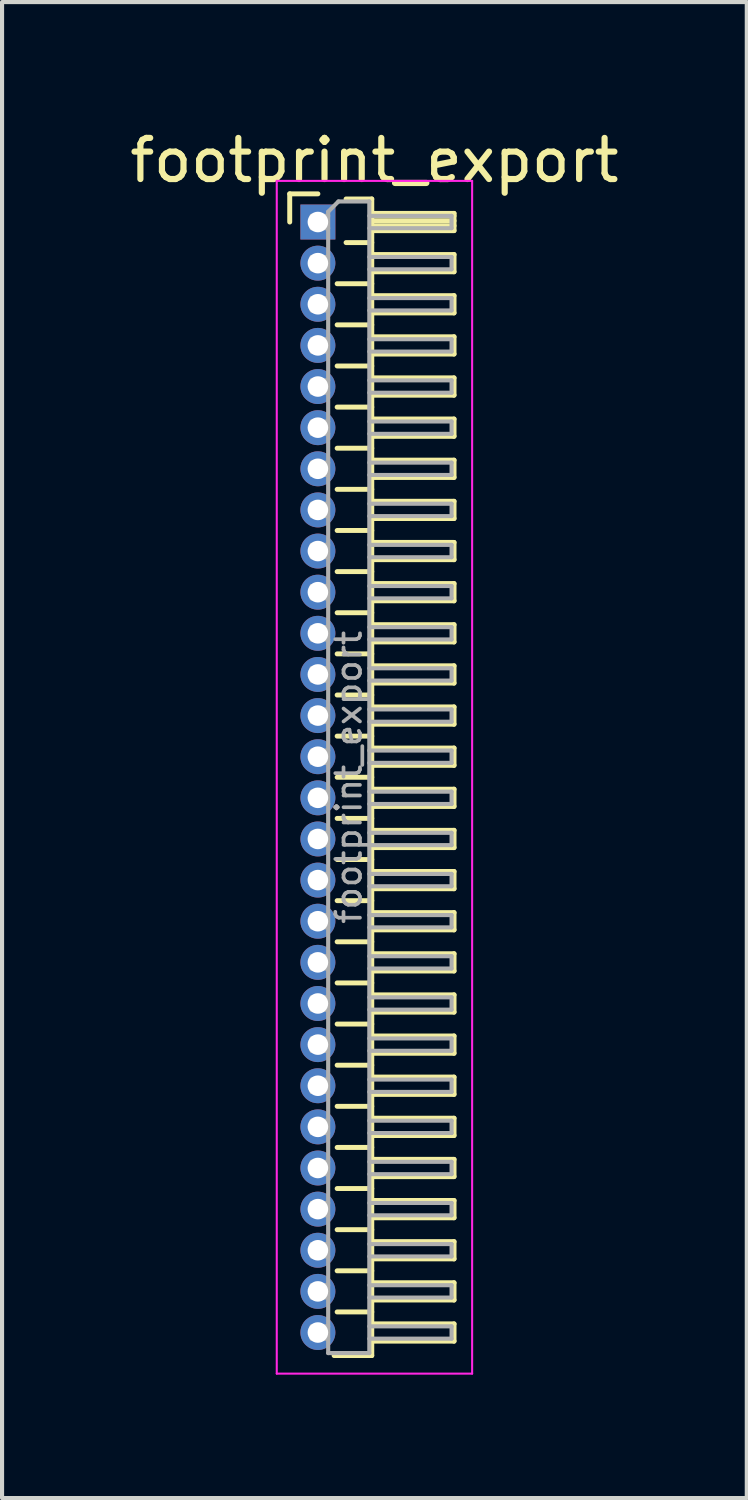
<source format=kicad_pcb>
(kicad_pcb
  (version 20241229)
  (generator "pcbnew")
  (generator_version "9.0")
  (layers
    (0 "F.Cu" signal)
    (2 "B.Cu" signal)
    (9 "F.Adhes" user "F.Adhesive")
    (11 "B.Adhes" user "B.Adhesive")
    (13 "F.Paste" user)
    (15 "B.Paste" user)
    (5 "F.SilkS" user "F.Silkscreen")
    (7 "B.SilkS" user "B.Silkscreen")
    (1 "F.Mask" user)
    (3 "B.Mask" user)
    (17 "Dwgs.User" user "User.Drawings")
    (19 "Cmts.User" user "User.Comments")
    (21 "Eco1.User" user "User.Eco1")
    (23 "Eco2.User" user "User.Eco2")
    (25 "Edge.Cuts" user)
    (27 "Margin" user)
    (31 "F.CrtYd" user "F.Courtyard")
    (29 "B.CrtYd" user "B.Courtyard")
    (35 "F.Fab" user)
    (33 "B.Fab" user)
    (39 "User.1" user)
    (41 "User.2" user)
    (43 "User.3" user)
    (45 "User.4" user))
  (footprint "footprint_export"
    (layer "F.Cu")
    (at 4.679 2.348)
    (property "Reference" "footprint_export" (at 1.375 -1.5 0) (layer "F.SilkS") (effects (font (size 1 1) (thickness 0.15))))
    (attr through_hole)
    (fp_line (start -0.685 -0.685) (end 0 -0.685) (stroke (width 0.12) (type solid)) (layer "F.SilkS"))
    (fp_line (start -0.685 0) (end -0.685 -0.685) (stroke (width 0.12) (type solid)) (layer "F.SilkS"))
    (fp_line (start 0.468 1.5) (end 1.31 1.5) (stroke (width 0.12) (type solid)) (layer "F.SilkS"))
    (fp_line (start 0.468 2.5) (end 1.31 2.5) (stroke (width 0.12) (type solid)) (layer "F.SilkS"))
    (fp_line (start 0.468 3.5) (end 1.31 3.5) (stroke (width 0.12) (type solid)) (layer "F.SilkS"))
    (fp_line (start 0.468 4.5) (end 1.31 4.5) (stroke (width 0.12) (type solid)) (layer "F.SilkS"))
    (fp_line (start 0.468 5.5) (end 1.31 5.5) (stroke (width 0.12) (type solid)) (layer "F.SilkS"))
    (fp_line (start 0.468 6.5) (end 1.31 6.5) (stroke (width 0.12) (type solid)) (layer "F.SilkS"))
    (fp_line (start 0.468 7.5) (end 1.31 7.5) (stroke (width 0.12) (type solid)) (layer "F.SilkS"))
    (fp_line (start 0.468 8.5) (end 1.31 8.5) (stroke (width 0.12) (type solid)) (layer "F.SilkS"))
    (fp_line (start 0.468 9.5) (end 1.31 9.5) (stroke (width 0.12) (type solid)) (layer "F.SilkS"))
    (fp_line (start 0.468 10.5) (end 1.31 10.5) (stroke (width 0.12) (type solid)) (layer "F.SilkS"))
    (fp_line (start 0.468 11.5) (end 1.31 11.5) (stroke (width 0.12) (type solid)) (layer "F.SilkS"))
    (fp_line (start 0.468 12.5) (end 1.31 12.5) (stroke (width 0.12) (type solid)) (layer "F.SilkS"))
    (fp_line (start 0.468 13.5) (end 1.31 13.5) (stroke (width 0.12) (type solid)) (layer "F.SilkS"))
    (fp_line (start 0.468 14.5) (end 1.31 14.5) (stroke (width 0.12) (type solid)) (layer "F.SilkS"))
    (fp_line (start 0.468 15.5) (end 1.31 15.5) (stroke (width 0.12) (type solid)) (layer "F.SilkS"))
    (fp_line (start 0.468 16.5) (end 1.31 16.5) (stroke (width 0.12) (type solid)) (layer "F.SilkS"))
    (fp_line (start 0.468 17.5) (end 1.31 17.5) (stroke (width 0.12) (type solid)) (layer "F.SilkS"))
    (fp_line (start 0.468 18.5) (end 1.31 18.5) (stroke (width 0.12) (type solid)) (layer "F.SilkS"))
    (fp_line (start 0.468 19.5) (end 1.31 19.5) (stroke (width 0.12) (type solid)) (layer "F.SilkS"))
    (fp_line (start 0.468 20.5) (end 1.31 20.5) (stroke (width 0.12) (type solid)) (layer "F.SilkS"))
    (fp_line (start 0.468 21.5) (end 1.31 21.5) (stroke (width 0.12) (type solid)) (layer "F.SilkS"))
    (fp_line (start 0.468 22.5) (end 1.31 22.5) (stroke (width 0.12) (type solid)) (layer "F.SilkS"))
    (fp_line (start 0.468 23.5) (end 1.31 23.5) (stroke (width 0.12) (type solid)) (layer "F.SilkS"))
    (fp_line (start 0.468 24.5) (end 1.31 24.5) (stroke (width 0.12) (type solid)) (layer "F.SilkS"))
    (fp_line (start 0.468 25.5) (end 1.31 25.5) (stroke (width 0.12) (type solid)) (layer "F.SilkS"))
    (fp_line (start 0.468 26.5) (end 1.31 26.5) (stroke (width 0.12) (type solid)) (layer "F.SilkS"))
    (fp_line (start 0.685 -0.56) (end 1.31 -0.56) (stroke (width 0.12) (type solid)) (layer "F.SilkS"))
    (fp_line (start 0.685 0.5) (end 1.31 0.5) (stroke (width 0.12) (type solid)) (layer "F.SilkS"))
    (fp_line (start 1.31 -0.56) (end 1.31 27.56) (stroke (width 0.12) (type solid)) (layer "F.SilkS"))
    (fp_line (start 1.31 -0.21) (end 3.31 -0.21) (stroke (width 0.12) (type solid)) (layer "F.SilkS"))
    (fp_line (start 1.31 -0.15) (end 3.31 -0.15) (stroke (width 0.12) (type solid)) (layer "F.SilkS"))
    (fp_line (start 1.31 -0.03) (end 3.31 -0.03) (stroke (width 0.12) (type solid)) (layer "F.SilkS"))
    (fp_line (start 1.31 0.09) (end 3.31 0.09) (stroke (width 0.12) (type solid)) (layer "F.SilkS"))
    (fp_line (start 1.31 0.79) (end 3.31 0.79) (stroke (width 0.12) (type solid)) (layer "F.SilkS"))
    (fp_line (start 1.31 1.79) (end 3.31 1.79) (stroke (width 0.12) (type solid)) (layer "F.SilkS"))
    (fp_line (start 1.31 2.79) (end 3.31 2.79) (stroke (width 0.12) (type solid)) (layer "F.SilkS"))
    (fp_line (start 1.31 3.79) (end 3.31 3.79) (stroke (width 0.12) (type solid)) (layer "F.SilkS"))
    (fp_line (start 1.31 4.79) (end 3.31 4.79) (stroke (width 0.12) (type solid)) (layer "F.SilkS"))
    (fp_line (start 1.31 5.79) (end 3.31 5.79) (stroke (width 0.12) (type solid)) (layer "F.SilkS"))
    (fp_line (start 1.31 6.79) (end 3.31 6.79) (stroke (width 0.12) (type solid)) (layer "F.SilkS"))
    (fp_line (start 1.31 7.79) (end 3.31 7.79) (stroke (width 0.12) (type solid)) (layer "F.SilkS"))
    (fp_line (start 1.31 8.79) (end 3.31 8.79) (stroke (width 0.12) (type solid)) (layer "F.SilkS"))
    (fp_line (start 1.31 9.79) (end 3.31 9.79) (stroke (width 0.12) (type solid)) (layer "F.SilkS"))
    (fp_line (start 1.31 10.79) (end 3.31 10.79) (stroke (width 0.12) (type solid)) (layer "F.SilkS"))
    (fp_line (start 1.31 11.79) (end 3.31 11.79) (stroke (width 0.12) (type solid)) (layer "F.SilkS"))
    (fp_line (start 1.31 12.79) (end 3.31 12.79) (stroke (width 0.12) (type solid)) (layer "F.SilkS"))
    (fp_line (start 1.31 13.79) (end 3.31 13.79) (stroke (width 0.12) (type solid)) (layer "F.SilkS"))
    (fp_line (start 1.31 14.79) (end 3.31 14.79) (stroke (width 0.12) (type solid)) (layer "F.SilkS"))
    (fp_line (start 1.31 15.79) (end 3.31 15.79) (stroke (width 0.12) (type solid)) (layer "F.SilkS"))
    (fp_line (start 1.31 16.79) (end 3.31 16.79) (stroke (width 0.12) (type solid)) (layer "F.SilkS"))
    (fp_line (start 1.31 17.79) (end 3.31 17.79) (stroke (width 0.12) (type solid)) (layer "F.SilkS"))
    (fp_line (start 1.31 18.79) (end 3.31 18.79) (stroke (width 0.12) (type solid)) (layer "F.SilkS"))
    (fp_line (start 1.31 19.79) (end 3.31 19.79) (stroke (width 0.12) (type solid)) (layer "F.SilkS"))
    (fp_line (start 1.31 20.79) (end 3.31 20.79) (stroke (width 0.12) (type solid)) (layer "F.SilkS"))
    (fp_line (start 1.31 21.79) (end 3.31 21.79) (stroke (width 0.12) (type solid)) (layer "F.SilkS"))
    (fp_line (start 1.31 22.79) (end 3.31 22.79) (stroke (width 0.12) (type solid)) (layer "F.SilkS"))
    (fp_line (start 1.31 23.79) (end 3.31 23.79) (stroke (width 0.12) (type solid)) (layer "F.SilkS"))
    (fp_line (start 1.31 24.79) (end 3.31 24.79) (stroke (width 0.12) (type solid)) (layer "F.SilkS"))
    (fp_line (start 1.31 25.79) (end 3.31 25.79) (stroke (width 0.12) (type solid)) (layer "F.SilkS"))
    (fp_line (start 1.31 26.79) (end 3.31 26.79) (stroke (width 0.12) (type solid)) (layer "F.SilkS"))
    (fp_line (start 1.31 27.56) (end 0.394 27.56) (stroke (width 0.12) (type solid)) (layer "F.SilkS"))
    (fp_line (start 3.31 -0.21) (end 3.31 0.21) (stroke (width 0.12) (type solid)) (layer "F.SilkS"))
    (fp_line (start 3.31 0.21) (end 1.31 0.21) (stroke (width 0.12) (type solid)) (layer "F.SilkS"))
    (fp_line (start 3.31 0.79) (end 3.31 1.21) (stroke (width 0.12) (type solid)) (layer "F.SilkS"))
    (fp_line (start 3.31 1.21) (end 1.31 1.21) (stroke (width 0.12) (type solid)) (layer "F.SilkS"))
    (fp_line (start 3.31 1.79) (end 3.31 2.21) (stroke (width 0.12) (type solid)) (layer "F.SilkS"))
    (fp_line (start 3.31 2.21) (end 1.31 2.21) (stroke (width 0.12) (type solid)) (layer "F.SilkS"))
    (fp_line (start 3.31 2.79) (end 3.31 3.21) (stroke (width 0.12) (type solid)) (layer "F.SilkS"))
    (fp_line (start 3.31 3.21) (end 1.31 3.21) (stroke (width 0.12) (type solid)) (layer "F.SilkS"))
    (fp_line (start 3.31 3.79) (end 3.31 4.21) (stroke (width 0.12) (type solid)) (layer "F.SilkS"))
    (fp_line (start 3.31 4.21) (end 1.31 4.21) (stroke (width 0.12) (type solid)) (layer "F.SilkS"))
    (fp_line (start 3.31 4.79) (end 3.31 5.21) (stroke (width 0.12) (type solid)) (layer "F.SilkS"))
    (fp_line (start 3.31 5.21) (end 1.31 5.21) (stroke (width 0.12) (type solid)) (layer "F.SilkS"))
    (fp_line (start 3.31 5.79) (end 3.31 6.21) (stroke (width 0.12) (type solid)) (layer "F.SilkS"))
    (fp_line (start 3.31 6.21) (end 1.31 6.21) (stroke (width 0.12) (type solid)) (layer "F.SilkS"))
    (fp_line (start 3.31 6.79) (end 3.31 7.21) (stroke (width 0.12) (type solid)) (layer "F.SilkS"))
    (fp_line (start 3.31 7.21) (end 1.31 7.21) (stroke (width 0.12) (type solid)) (layer "F.SilkS"))
    (fp_line (start 3.31 7.79) (end 3.31 8.21) (stroke (width 0.12) (type solid)) (layer "F.SilkS"))
    (fp_line (start 3.31 8.21) (end 1.31 8.21) (stroke (width 0.12) (type solid)) (layer "F.SilkS"))
    (fp_line (start 3.31 8.79) (end 3.31 9.21) (stroke (width 0.12) (type solid)) (layer "F.SilkS"))
    (fp_line (start 3.31 9.21) (end 1.31 9.21) (stroke (width 0.12) (type solid)) (layer "F.SilkS"))
    (fp_line (start 3.31 9.79) (end 3.31 10.21) (stroke (width 0.12) (type solid)) (layer "F.SilkS"))
    (fp_line (start 3.31 10.21) (end 1.31 10.21) (stroke (width 0.12) (type solid)) (layer "F.SilkS"))
    (fp_line (start 3.31 10.79) (end 3.31 11.21) (stroke (width 0.12) (type solid)) (layer "F.SilkS"))
    (fp_line (start 3.31 11.21) (end 1.31 11.21) (stroke (width 0.12) (type solid)) (layer "F.SilkS"))
    (fp_line (start 3.31 11.79) (end 3.31 12.21) (stroke (width 0.12) (type solid)) (layer "F.SilkS"))
    (fp_line (start 3.31 12.21) (end 1.31 12.21) (stroke (width 0.12) (type solid)) (layer "F.SilkS"))
    (fp_line (start 3.31 12.79) (end 3.31 13.21) (stroke (width 0.12) (type solid)) (layer "F.SilkS"))
    (fp_line (start 3.31 13.21) (end 1.31 13.21) (stroke (width 0.12) (type solid)) (layer "F.SilkS"))
    (fp_line (start 3.31 13.79) (end 3.31 14.21) (stroke (width 0.12) (type solid)) (layer "F.SilkS"))
    (fp_line (start 3.31 14.21) (end 1.31 14.21) (stroke (width 0.12) (type solid)) (layer "F.SilkS"))
    (fp_line (start 3.31 14.79) (end 3.31 15.21) (stroke (width 0.12) (type solid)) (layer "F.SilkS"))
    (fp_line (start 3.31 15.21) (end 1.31 15.21) (stroke (width 0.12) (type solid)) (layer "F.SilkS"))
    (fp_line (start 3.31 15.79) (end 3.31 16.21) (stroke (width 0.12) (type solid)) (layer "F.SilkS"))
    (fp_line (start 3.31 16.21) (end 1.31 16.21) (stroke (width 0.12) (type solid)) (layer "F.SilkS"))
    (fp_line (start 3.31 16.79) (end 3.31 17.21) (stroke (width 0.12) (type solid)) (layer "F.SilkS"))
    (fp_line (start 3.31 17.21) (end 1.31 17.21) (stroke (width 0.12) (type solid)) (layer "F.SilkS"))
    (fp_line (start 3.31 17.79) (end 3.31 18.21) (stroke (width 0.12) (type solid)) (layer "F.SilkS"))
    (fp_line (start 3.31 18.21) (end 1.31 18.21) (stroke (width 0.12) (type solid)) (layer "F.SilkS"))
    (fp_line (start 3.31 18.79) (end 3.31 19.21) (stroke (width 0.12) (type solid)) (layer "F.SilkS"))
    (fp_line (start 3.31 19.21) (end 1.31 19.21) (stroke (width 0.12) (type solid)) (layer "F.SilkS"))
    (fp_line (start 3.31 19.79) (end 3.31 20.21) (stroke (width 0.12) (type solid)) (layer "F.SilkS"))
    (fp_line (start 3.31 20.21) (end 1.31 20.21) (stroke (width 0.12) (type solid)) (layer "F.SilkS"))
    (fp_line (start 3.31 20.79) (end 3.31 21.21) (stroke (width 0.12) (type solid)) (layer "F.SilkS"))
    (fp_line (start 3.31 21.21) (end 1.31 21.21) (stroke (width 0.12) (type solid)) (layer "F.SilkS"))
    (fp_line (start 3.31 21.79) (end 3.31 22.21) (stroke (width 0.12) (type solid)) (layer "F.SilkS"))
    (fp_line (start 3.31 22.21) (end 1.31 22.21) (stroke (width 0.12) (type solid)) (layer "F.SilkS"))
    (fp_line (start 3.31 22.79) (end 3.31 23.21) (stroke (width 0.12) (type solid)) (layer "F.SilkS"))
    (fp_line (start 3.31 23.21) (end 1.31 23.21) (stroke (width 0.12) (type solid)) (layer "F.SilkS"))
    (fp_line (start 3.31 23.79) (end 3.31 24.21) (stroke (width 0.12) (type solid)) (layer "F.SilkS"))
    (fp_line (start 3.31 24.21) (end 1.31 24.21) (stroke (width 0.12) (type solid)) (layer "F.SilkS"))
    (fp_line (start 3.31 24.79) (end 3.31 25.21) (stroke (width 0.12) (type solid)) (layer "F.SilkS"))
    (fp_line (start 3.31 25.21) (end 1.31 25.21) (stroke (width 0.12) (type solid)) (layer "F.SilkS"))
    (fp_line (start 3.31 25.79) (end 3.31 26.21) (stroke (width 0.12) (type solid)) (layer "F.SilkS"))
    (fp_line (start 3.31 26.21) (end 1.31 26.21) (stroke (width 0.12) (type solid)) (layer "F.SilkS"))
    (fp_line (start 3.31 26.79) (end 3.31 27.21) (stroke (width 0.12) (type solid)) (layer "F.SilkS"))
    (fp_line (start 3.31 27.21) (end 1.31 27.21) (stroke (width 0.12) (type solid)) (layer "F.SilkS"))
    (fp_line (start -1 -1) (end -1 28) (stroke (width 0.05) (type solid)) (layer "F.CrtYd"))
    (fp_line (start -1 28) (end 3.75 28) (stroke (width 0.05) (type solid)) (layer "F.CrtYd"))
    (fp_line (start 3.75 -1) (end -1 -1) (stroke (width 0.05) (type solid)) (layer "F.CrtYd"))
    (fp_line (start 3.75 28) (end 3.75 -1) (stroke (width 0.05) (type solid)) (layer "F.CrtYd"))
    (fp_line (start -0.15 -0.15) (end -0.15 0.15) (stroke (width 0.1) (type solid)) (layer "F.Fab"))
    (fp_line (start -0.15 -0.15) (end 0.25 -0.15) (stroke (width 0.1) (type solid)) (layer "F.Fab"))
    (fp_line (start -0.15 0.15) (end 0.25 0.15) (stroke (width 0.1) (type solid)) (layer "F.Fab"))
    (fp_line (start -0.15 0.85) (end -0.15 1.15) (stroke (width 0.1) (type solid)) (layer "F.Fab"))
    (fp_line (start -0.15 0.85) (end 0.25 0.85) (stroke (width 0.1) (type solid)) (layer "F.Fab"))
    (fp_line (start -0.15 1.15) (end 0.25 1.15) (stroke (width 0.1) (type solid)) (layer "F.Fab"))
    (fp_line (start -0.15 1.85) (end -0.15 2.15) (stroke (width 0.1) (type solid)) (layer "F.Fab"))
    (fp_line (start -0.15 1.85) (end 0.25 1.85) (stroke (width 0.1) (type solid)) (layer "F.Fab"))
    (fp_line (start -0.15 2.15) (end 0.25 2.15) (stroke (width 0.1) (type solid)) (layer "F.Fab"))
    (fp_line (start -0.15 2.85) (end -0.15 3.15) (stroke (width 0.1) (type solid)) (layer "F.Fab"))
    (fp_line (start -0.15 2.85) (end 0.25 2.85) (stroke (width 0.1) (type solid)) (layer "F.Fab"))
    (fp_line (start -0.15 3.15) (end 0.25 3.15) (stroke (width 0.1) (type solid)) (layer "F.Fab"))
    (fp_line (start -0.15 3.85) (end -0.15 4.15) (stroke (width 0.1) (type solid)) (layer "F.Fab"))
    (fp_line (start -0.15 3.85) (end 0.25 3.85) (stroke (width 0.1) (type solid)) (layer "F.Fab"))
    (fp_line (start -0.15 4.15) (end 0.25 4.15) (stroke (width 0.1) (type solid)) (layer "F.Fab"))
    (fp_line (start -0.15 4.85) (end -0.15 5.15) (stroke (width 0.1) (type solid)) (layer "F.Fab"))
    (fp_line (start -0.15 4.85) (end 0.25 4.85) (stroke (width 0.1) (type solid)) (layer "F.Fab"))
    (fp_line (start -0.15 5.15) (end 0.25 5.15) (stroke (width 0.1) (type solid)) (layer "F.Fab"))
    (fp_line (start -0.15 5.85) (end -0.15 6.15) (stroke (width 0.1) (type solid)) (layer "F.Fab"))
    (fp_line (start -0.15 5.85) (end 0.25 5.85) (stroke (width 0.1) (type solid)) (layer "F.Fab"))
    (fp_line (start -0.15 6.15) (end 0.25 6.15) (stroke (width 0.1) (type solid)) (layer "F.Fab"))
    (fp_line (start -0.15 6.85) (end -0.15 7.15) (stroke (width 0.1) (type solid)) (layer "F.Fab"))
    (fp_line (start -0.15 6.85) (end 0.25 6.85) (stroke (width 0.1) (type solid)) (layer "F.Fab"))
    (fp_line (start -0.15 7.15) (end 0.25 7.15) (stroke (width 0.1) (type solid)) (layer "F.Fab"))
    (fp_line (start -0.15 7.85) (end -0.15 8.15) (stroke (width 0.1) (type solid)) (layer "F.Fab"))
    (fp_line (start -0.15 7.85) (end 0.25 7.85) (stroke (width 0.1) (type solid)) (layer "F.Fab"))
    (fp_line (start -0.15 8.15) (end 0.25 8.15) (stroke (width 0.1) (type solid)) (layer "F.Fab"))
    (fp_line (start -0.15 8.85) (end -0.15 9.15) (stroke (width 0.1) (type solid)) (layer "F.Fab"))
    (fp_line (start -0.15 8.85) (end 0.25 8.85) (stroke (width 0.1) (type solid)) (layer "F.Fab"))
    (fp_line (start -0.15 9.15) (end 0.25 9.15) (stroke (width 0.1) (type solid)) (layer "F.Fab"))
    (fp_line (start -0.15 9.85) (end -0.15 10.15) (stroke (width 0.1) (type solid)) (layer "F.Fab"))
    (fp_line (start -0.15 9.85) (end 0.25 9.85) (stroke (width 0.1) (type solid)) (layer "F.Fab"))
    (fp_line (start -0.15 10.15) (end 0.25 10.15) (stroke (width 0.1) (type solid)) (layer "F.Fab"))
    (fp_line (start -0.15 10.85) (end -0.15 11.15) (stroke (width 0.1) (type solid)) (layer "F.Fab"))
    (fp_line (start -0.15 10.85) (end 0.25 10.85) (stroke (width 0.1) (type solid)) (layer "F.Fab"))
    (fp_line (start -0.15 11.15) (end 0.25 11.15) (stroke (width 0.1) (type solid)) (layer "F.Fab"))
    (fp_line (start -0.15 11.85) (end -0.15 12.15) (stroke (width 0.1) (type solid)) (layer "F.Fab"))
    (fp_line (start -0.15 11.85) (end 0.25 11.85) (stroke (width 0.1) (type solid)) (layer "F.Fab"))
    (fp_line (start -0.15 12.15) (end 0.25 12.15) (stroke (width 0.1) (type solid)) (layer "F.Fab"))
    (fp_line (start -0.15 12.85) (end -0.15 13.15) (stroke (width 0.1) (type solid)) (layer "F.Fab"))
    (fp_line (start -0.15 12.85) (end 0.25 12.85) (stroke (width 0.1) (type solid)) (layer "F.Fab"))
    (fp_line (start -0.15 13.15) (end 0.25 13.15) (stroke (width 0.1) (type solid)) (layer "F.Fab"))
    (fp_line (start -0.15 13.85) (end -0.15 14.15) (stroke (width 0.1) (type solid)) (layer "F.Fab"))
    (fp_line (start -0.15 13.85) (end 0.25 13.85) (stroke (width 0.1) (type solid)) (layer "F.Fab"))
    (fp_line (start -0.15 14.15) (end 0.25 14.15) (stroke (width 0.1) (type solid)) (layer "F.Fab"))
    (fp_line (start -0.15 14.85) (end -0.15 15.15) (stroke (width 0.1) (type solid)) (layer "F.Fab"))
    (fp_line (start -0.15 14.85) (end 0.25 14.85) (stroke (width 0.1) (type solid)) (layer "F.Fab"))
    (fp_line (start -0.15 15.15) (end 0.25 15.15) (stroke (width 0.1) (type solid)) (layer "F.Fab"))
    (fp_line (start -0.15 15.85) (end -0.15 16.15) (stroke (width 0.1) (type solid)) (layer "F.Fab"))
    (fp_line (start -0.15 15.85) (end 0.25 15.85) (stroke (width 0.1) (type solid)) (layer "F.Fab"))
    (fp_line (start -0.15 16.15) (end 0.25 16.15) (stroke (width 0.1) (type solid)) (layer "F.Fab"))
    (fp_line (start -0.15 16.85) (end -0.15 17.15) (stroke (width 0.1) (type solid)) (layer "F.Fab"))
    (fp_line (start -0.15 16.85) (end 0.25 16.85) (stroke (width 0.1) (type solid)) (layer "F.Fab"))
    (fp_line (start -0.15 17.15) (end 0.25 17.15) (stroke (width 0.1) (type solid)) (layer "F.Fab"))
    (fp_line (start -0.15 17.85) (end -0.15 18.15) (stroke (width 0.1) (type solid)) (layer "F.Fab"))
    (fp_line (start -0.15 17.85) (end 0.25 17.85) (stroke (width 0.1) (type solid)) (layer "F.Fab"))
    (fp_line (start -0.15 18.15) (end 0.25 18.15) (stroke (width 0.1) (type solid)) (layer "F.Fab"))
    (fp_line (start -0.15 18.85) (end -0.15 19.15) (stroke (width 0.1) (type solid)) (layer "F.Fab"))
    (fp_line (start -0.15 18.85) (end 0.25 18.85) (stroke (width 0.1) (type solid)) (layer "F.Fab"))
    (fp_line (start -0.15 19.15) (end 0.25 19.15) (stroke (width 0.1) (type solid)) (layer "F.Fab"))
    (fp_line (start -0.15 19.85) (end -0.15 20.15) (stroke (width 0.1) (type solid)) (layer "F.Fab"))
    (fp_line (start -0.15 19.85) (end 0.25 19.85) (stroke (width 0.1) (type solid)) (layer "F.Fab"))
    (fp_line (start -0.15 20.15) (end 0.25 20.15) (stroke (width 0.1) (type solid)) (layer "F.Fab"))
    (fp_line (start -0.15 20.85) (end -0.15 21.15) (stroke (width 0.1) (type solid)) (layer "F.Fab"))
    (fp_line (start -0.15 20.85) (end 0.25 20.85) (stroke (width 0.1) (type solid)) (layer "F.Fab"))
    (fp_line (start -0.15 21.15) (end 0.25 21.15) (stroke (width 0.1) (type solid)) (layer "F.Fab"))
    (fp_line (start -0.15 21.85) (end -0.15 22.15) (stroke (width 0.1) (type solid)) (layer "F.Fab"))
    (fp_line (start -0.15 21.85) (end 0.25 21.85) (stroke (width 0.1) (type solid)) (layer "F.Fab"))
    (fp_line (start -0.15 22.15) (end 0.25 22.15) (stroke (width 0.1) (type solid)) (layer "F.Fab"))
    (fp_line (start -0.15 22.85) (end -0.15 23.15) (stroke (width 0.1) (type solid)) (layer "F.Fab"))
    (fp_line (start -0.15 22.85) (end 0.25 22.85) (stroke (width 0.1) (type solid)) (layer "F.Fab"))
    (fp_line (start -0.15 23.15) (end 0.25 23.15) (stroke (width 0.1) (type solid)) (layer "F.Fab"))
    (fp_line (start -0.15 23.85) (end -0.15 24.15) (stroke (width 0.1) (type solid)) (layer "F.Fab"))
    (fp_line (start -0.15 23.85) (end 0.25 23.85) (stroke (width 0.1) (type solid)) (layer "F.Fab"))
    (fp_line (start -0.15 24.15) (end 0.25 24.15) (stroke (width 0.1) (type solid)) (layer "F.Fab"))
    (fp_line (start -0.15 24.85) (end -0.15 25.15) (stroke (width 0.1) (type solid)) (layer "F.Fab"))
    (fp_line (start -0.15 24.85) (end 0.25 24.85) (stroke (width 0.1) (type solid)) (layer "F.Fab"))
    (fp_line (start -0.15 25.15) (end 0.25 25.15) (stroke (width 0.1) (type solid)) (layer "F.Fab"))
    (fp_line (start -0.15 25.85) (end -0.15 26.15) (stroke (width 0.1) (type solid)) (layer "F.Fab"))
    (fp_line (start -0.15 25.85) (end 0.25 25.85) (stroke (width 0.1) (type solid)) (layer "F.Fab"))
    (fp_line (start -0.15 26.15) (end 0.25 26.15) (stroke (width 0.1) (type solid)) (layer "F.Fab"))
    (fp_line (start -0.15 26.85) (end -0.15 27.15) (stroke (width 0.1) (type solid)) (layer "F.Fab"))
    (fp_line (start -0.15 26.85) (end 0.25 26.85) (stroke (width 0.1) (type solid)) (layer "F.Fab"))
    (fp_line (start -0.15 27.15) (end 0.25 27.15) (stroke (width 0.1) (type solid)) (layer "F.Fab"))
    (fp_line (start 0.25 -0.25) (end 0.5 -0.5) (stroke (width 0.1) (type solid)) (layer "F.Fab"))
    (fp_line (start 0.25 27.5) (end 0.25 -0.25) (stroke (width 0.1) (type solid)) (layer "F.Fab"))
    (fp_line (start 0.5 -0.5) (end 1.25 -0.5) (stroke (width 0.1) (type solid)) (layer "F.Fab"))
    (fp_line (start 1.25 -0.5) (end 1.25 27.5) (stroke (width 0.1) (type solid)) (layer "F.Fab"))
    (fp_line (start 1.25 -0.15) (end 3.25 -0.15) (stroke (width 0.1) (type solid)) (layer "F.Fab"))
    (fp_line (start 1.25 0.15) (end 3.25 0.15) (stroke (width 0.1) (type solid)) (layer "F.Fab"))
    (fp_line (start 1.25 0.85) (end 3.25 0.85) (stroke (width 0.1) (type solid)) (layer "F.Fab"))
    (fp_line (start 1.25 1.15) (end 3.25 1.15) (stroke (width 0.1) (type solid)) (layer "F.Fab"))
    (fp_line (start 1.25 1.85) (end 3.25 1.85) (stroke (width 0.1) (type solid)) (layer "F.Fab"))
    (fp_line (start 1.25 2.15) (end 3.25 2.15) (stroke (width 0.1) (type solid)) (layer "F.Fab"))
    (fp_line (start 1.25 2.85) (end 3.25 2.85) (stroke (width 0.1) (type solid)) (layer "F.Fab"))
    (fp_line (start 1.25 3.15) (end 3.25 3.15) (stroke (width 0.1) (type solid)) (layer "F.Fab"))
    (fp_line (start 1.25 3.85) (end 3.25 3.85) (stroke (width 0.1) (type solid)) (layer "F.Fab"))
    (fp_line (start 1.25 4.15) (end 3.25 4.15) (stroke (width 0.1) (type solid)) (layer "F.Fab"))
    (fp_line (start 1.25 4.85) (end 3.25 4.85) (stroke (width 0.1) (type solid)) (layer "F.Fab"))
    (fp_line (start 1.25 5.15) (end 3.25 5.15) (stroke (width 0.1) (type solid)) (layer "F.Fab"))
    (fp_line (start 1.25 5.85) (end 3.25 5.85) (stroke (width 0.1) (type solid)) (layer "F.Fab"))
    (fp_line (start 1.25 6.15) (end 3.25 6.15) (stroke (width 0.1) (type solid)) (layer "F.Fab"))
    (fp_line (start 1.25 6.85) (end 3.25 6.85) (stroke (width 0.1) (type solid)) (layer "F.Fab"))
    (fp_line (start 1.25 7.15) (end 3.25 7.15) (stroke (width 0.1) (type solid)) (layer "F.Fab"))
    (fp_line (start 1.25 7.85) (end 3.25 7.85) (stroke (width 0.1) (type solid)) (layer "F.Fab"))
    (fp_line (start 1.25 8.15) (end 3.25 8.15) (stroke (width 0.1) (type solid)) (layer "F.Fab"))
    (fp_line (start 1.25 8.85) (end 3.25 8.85) (stroke (width 0.1) (type solid)) (layer "F.Fab"))
    (fp_line (start 1.25 9.15) (end 3.25 9.15) (stroke (width 0.1) (type solid)) (layer "F.Fab"))
    (fp_line (start 1.25 9.85) (end 3.25 9.85) (stroke (width 0.1) (type solid)) (layer "F.Fab"))
    (fp_line (start 1.25 10.15) (end 3.25 10.15) (stroke (width 0.1) (type solid)) (layer "F.Fab"))
    (fp_line (start 1.25 10.85) (end 3.25 10.85) (stroke (width 0.1) (type solid)) (layer "F.Fab"))
    (fp_line (start 1.25 11.15) (end 3.25 11.15) (stroke (width 0.1) (type solid)) (layer "F.Fab"))
    (fp_line (start 1.25 11.85) (end 3.25 11.85) (stroke (width 0.1) (type solid)) (layer "F.Fab"))
    (fp_line (start 1.25 12.15) (end 3.25 12.15) (stroke (width 0.1) (type solid)) (layer "F.Fab"))
    (fp_line (start 1.25 12.85) (end 3.25 12.85) (stroke (width 0.1) (type solid)) (layer "F.Fab"))
    (fp_line (start 1.25 13.15) (end 3.25 13.15) (stroke (width 0.1) (type solid)) (layer "F.Fab"))
    (fp_line (start 1.25 13.85) (end 3.25 13.85) (stroke (width 0.1) (type solid)) (layer "F.Fab"))
    (fp_line (start 1.25 14.15) (end 3.25 14.15) (stroke (width 0.1) (type solid)) (layer "F.Fab"))
    (fp_line (start 1.25 14.85) (end 3.25 14.85) (stroke (width 0.1) (type solid)) (layer "F.Fab"))
    (fp_line (start 1.25 15.15) (end 3.25 15.15) (stroke (width 0.1) (type solid)) (layer "F.Fab"))
    (fp_line (start 1.25 15.85) (end 3.25 15.85) (stroke (width 0.1) (type solid)) (layer "F.Fab"))
    (fp_line (start 1.25 16.15) (end 3.25 16.15) (stroke (width 0.1) (type solid)) (layer "F.Fab"))
    (fp_line (start 1.25 16.85) (end 3.25 16.85) (stroke (width 0.1) (type solid)) (layer "F.Fab"))
    (fp_line (start 1.25 17.15) (end 3.25 17.15) (stroke (width 0.1) (type solid)) (layer "F.Fab"))
    (fp_line (start 1.25 17.85) (end 3.25 17.85) (stroke (width 0.1) (type solid)) (layer "F.Fab"))
    (fp_line (start 1.25 18.15) (end 3.25 18.15) (stroke (width 0.1) (type solid)) (layer "F.Fab"))
    (fp_line (start 1.25 18.85) (end 3.25 18.85) (stroke (width 0.1) (type solid)) (layer "F.Fab"))
    (fp_line (start 1.25 19.15) (end 3.25 19.15) (stroke (width 0.1) (type solid)) (layer "F.Fab"))
    (fp_line (start 1.25 19.85) (end 3.25 19.85) (stroke (width 0.1) (type solid)) (layer "F.Fab"))
    (fp_line (start 1.25 20.15) (end 3.25 20.15) (stroke (width 0.1) (type solid)) (layer "F.Fab"))
    (fp_line (start 1.25 20.85) (end 3.25 20.85) (stroke (width 0.1) (type solid)) (layer "F.Fab"))
    (fp_line (start 1.25 21.15) (end 3.25 21.15) (stroke (width 0.1) (type solid)) (layer "F.Fab"))
    (fp_line (start 1.25 21.85) (end 3.25 21.85) (stroke (width 0.1) (type solid)) (layer "F.Fab"))
    (fp_line (start 1.25 22.15) (end 3.25 22.15) (stroke (width 0.1) (type solid)) (layer "F.Fab"))
    (fp_line (start 1.25 22.85) (end 3.25 22.85) (stroke (width 0.1) (type solid)) (layer "F.Fab"))
    (fp_line (start 1.25 23.15) (end 3.25 23.15) (stroke (width 0.1) (type solid)) (layer "F.Fab"))
    (fp_line (start 1.25 23.85) (end 3.25 23.85) (stroke (width 0.1) (type solid)) (layer "F.Fab"))
    (fp_line (start 1.25 24.15) (end 3.25 24.15) (stroke (width 0.1) (type solid)) (layer "F.Fab"))
    (fp_line (start 1.25 24.85) (end 3.25 24.85) (stroke (width 0.1) (type solid)) (layer "F.Fab"))
    (fp_line (start 1.25 25.15) (end 3.25 25.15) (stroke (width 0.1) (type solid)) (layer "F.Fab"))
    (fp_line (start 1.25 25.85) (end 3.25 25.85) (stroke (width 0.1) (type solid)) (layer "F.Fab"))
    (fp_line (start 1.25 26.15) (end 3.25 26.15) (stroke (width 0.1) (type solid)) (layer "F.Fab"))
    (fp_line (start 1.25 26.85) (end 3.25 26.85) (stroke (width 0.1) (type solid)) (layer "F.Fab"))
    (fp_line (start 1.25 27.15) (end 3.25 27.15) (stroke (width 0.1) (type solid)) (layer "F.Fab"))
    (fp_line (start 1.25 27.5) (end 0.25 27.5) (stroke (width 0.1) (type solid)) (layer "F.Fab"))
    (fp_line (start 3.25 -0.15) (end 3.25 0.15) (stroke (width 0.1) (type solid)) (layer "F.Fab"))
    (fp_line (start 3.25 0.85) (end 3.25 1.15) (stroke (width 0.1) (type solid)) (layer "F.Fab"))
    (fp_line (start 3.25 1.85) (end 3.25 2.15) (stroke (width 0.1) (type solid)) (layer "F.Fab"))
    (fp_line (start 3.25 2.85) (end 3.25 3.15) (stroke (width 0.1) (type solid)) (layer "F.Fab"))
    (fp_line (start 3.25 3.85) (end 3.25 4.15) (stroke (width 0.1) (type solid)) (layer "F.Fab"))
    (fp_line (start 3.25 4.85) (end 3.25 5.15) (stroke (width 0.1) (type solid)) (layer "F.Fab"))
    (fp_line (start 3.25 5.85) (end 3.25 6.15) (stroke (width 0.1) (type solid)) (layer "F.Fab"))
    (fp_line (start 3.25 6.85) (end 3.25 7.15) (stroke (width 0.1) (type solid)) (layer "F.Fab"))
    (fp_line (start 3.25 7.85) (end 3.25 8.15) (stroke (width 0.1) (type solid)) (layer "F.Fab"))
    (fp_line (start 3.25 8.85) (end 3.25 9.15) (stroke (width 0.1) (type solid)) (layer "F.Fab"))
    (fp_line (start 3.25 9.85) (end 3.25 10.15) (stroke (width 0.1) (type solid)) (layer "F.Fab"))
    (fp_line (start 3.25 10.85) (end 3.25 11.15) (stroke (width 0.1) (type solid)) (layer "F.Fab"))
    (fp_line (start 3.25 11.85) (end 3.25 12.15) (stroke (width 0.1) (type solid)) (layer "F.Fab"))
    (fp_line (start 3.25 12.85) (end 3.25 13.15) (stroke (width 0.1) (type solid)) (layer "F.Fab"))
    (fp_line (start 3.25 13.85) (end 3.25 14.15) (stroke (width 0.1) (type solid)) (layer "F.Fab"))
    (fp_line (start 3.25 14.85) (end 3.25 15.15) (stroke (width 0.1) (type solid)) (layer "F.Fab"))
    (fp_line (start 3.25 15.85) (end 3.25 16.15) (stroke (width 0.1) (type solid)) (layer "F.Fab"))
    (fp_line (start 3.25 16.85) (end 3.25 17.15) (stroke (width 0.1) (type solid)) (layer "F.Fab"))
    (fp_line (start 3.25 17.85) (end 3.25 18.15) (stroke (width 0.1) (type solid)) (layer "F.Fab"))
    (fp_line (start 3.25 18.85) (end 3.25 19.15) (stroke (width 0.1) (type solid)) (layer "F.Fab"))
    (fp_line (start 3.25 19.85) (end 3.25 20.15) (stroke (width 0.1) (type solid)) (layer "F.Fab"))
    (fp_line (start 3.25 20.85) (end 3.25 21.15) (stroke (width 0.1) (type solid)) (layer "F.Fab"))
    (fp_line (start 3.25 21.85) (end 3.25 22.15) (stroke (width 0.1) (type solid)) (layer "F.Fab"))
    (fp_line (start 3.25 22.85) (end 3.25 23.15) (stroke (width 0.1) (type solid)) (layer "F.Fab"))
    (fp_line (start 3.25 23.85) (end 3.25 24.15) (stroke (width 0.1) (type solid)) (layer "F.Fab"))
    (fp_line (start 3.25 24.85) (end 3.25 25.15) (stroke (width 0.1) (type solid)) (layer "F.Fab"))
    (fp_line (start 3.25 25.85) (end 3.25 26.15) (stroke (width 0.1) (type solid)) (layer "F.Fab"))
    (fp_line (start 3.25 26.85) (end 3.25 27.15) (stroke (width 0.1) (type solid)) (layer "F.Fab"))
    (fp_text user "${REFERENCE}" (at 0.75 13.5 90) (layer "F.Fab") (effects (font (size 0.6 0.6) (thickness 0.09))))
    (pad "1" thru_hole rect (at 0 0) (size 0.85 0.85) (drill 0.5) (layers "*.Cu" "*.Mask"))
    (pad "2" thru_hole oval (at 0 1) (size 0.85 0.85) (drill 0.5) (layers "*.Cu" "*.Mask"))
    (pad "3" thru_hole oval (at 0 2) (size 0.85 0.85) (drill 0.5) (layers "*.Cu" "*.Mask"))
    (pad "4" thru_hole oval (at 0 3) (size 0.85 0.85) (drill 0.5) (layers "*.Cu" "*.Mask"))
    (pad "5" thru_hole oval (at 0 4) (size 0.85 0.85) (drill 0.5) (layers "*.Cu" "*.Mask"))
    (pad "6" thru_hole oval (at 0 5) (size 0.85 0.85) (drill 0.5) (layers "*.Cu" "*.Mask"))
    (pad "7" thru_hole oval (at 0 6) (size 0.85 0.85) (drill 0.5) (layers "*.Cu" "*.Mask"))
    (pad "8" thru_hole oval (at 0 7) (size 0.85 0.85) (drill 0.5) (layers "*.Cu" "*.Mask"))
    (pad "9" thru_hole oval (at 0 8) (size 0.85 0.85) (drill 0.5) (layers "*.Cu" "*.Mask"))
    (pad "10" thru_hole oval (at 0 9) (size 0.85 0.85) (drill 0.5) (layers "*.Cu" "*.Mask"))
    (pad "11" thru_hole oval (at 0 10) (size 0.85 0.85) (drill 0.5) (layers "*.Cu" "*.Mask"))
    (pad "12" thru_hole oval (at 0 11) (size 0.85 0.85) (drill 0.5) (layers "*.Cu" "*.Mask"))
    (pad "13" thru_hole oval (at 0 12) (size 0.85 0.85) (drill 0.5) (layers "*.Cu" "*.Mask"))
    (pad "14" thru_hole oval (at 0 13) (size 0.85 0.85) (drill 0.5) (layers "*.Cu" "*.Mask"))
    (pad "15" thru_hole oval (at 0 14) (size 0.85 0.85) (drill 0.5) (layers "*.Cu" "*.Mask"))
    (pad "16" thru_hole oval (at 0 15) (size 0.85 0.85) (drill 0.5) (layers "*.Cu" "*.Mask"))
    (pad "17" thru_hole oval (at 0 16) (size 0.85 0.85) (drill 0.5) (layers "*.Cu" "*.Mask"))
    (pad "18" thru_hole oval (at 0 17) (size 0.85 0.85) (drill 0.5) (layers "*.Cu" "*.Mask"))
    (pad "19" thru_hole oval (at 0 18) (size 0.85 0.85) (drill 0.5) (layers "*.Cu" "*.Mask"))
    (pad "20" thru_hole oval (at 0 19) (size 0.85 0.85) (drill 0.5) (layers "*.Cu" "*.Mask"))
    (pad "21" thru_hole oval (at 0 20) (size 0.85 0.85) (drill 0.5) (layers "*.Cu" "*.Mask"))
    (pad "22" thru_hole oval (at 0 21) (size 0.85 0.85) (drill 0.5) (layers "*.Cu" "*.Mask"))
    (pad "23" thru_hole oval (at 0 22) (size 0.85 0.85) (drill 0.5) (layers "*.Cu" "*.Mask"))
    (pad "24" thru_hole oval (at 0 23) (size 0.85 0.85) (drill 0.5) (layers "*.Cu" "*.Mask"))
    (pad "25" thru_hole oval (at 0 24) (size 0.85 0.85) (drill 0.5) (layers "*.Cu" "*.Mask"))
    (pad "26" thru_hole oval (at 0 25) (size 0.85 0.85) (drill 0.5) (layers "*.Cu" "*.Mask"))
    (pad "27" thru_hole oval (at 0 26) (size 0.85 0.85) (drill 0.5) (layers "*.Cu" "*.Mask"))
    (pad "28" thru_hole oval (at 0 27) (size 0.85 0.85) (drill 0.5) (layers "*.Cu" "*.Mask")))
  (gr_rect
    (start -3 -3)
    (end 15.107 33.373)
    (stroke (width 0.1) (type default))
    (fill no)
    (layer "Edge.Cuts")))
</source>
